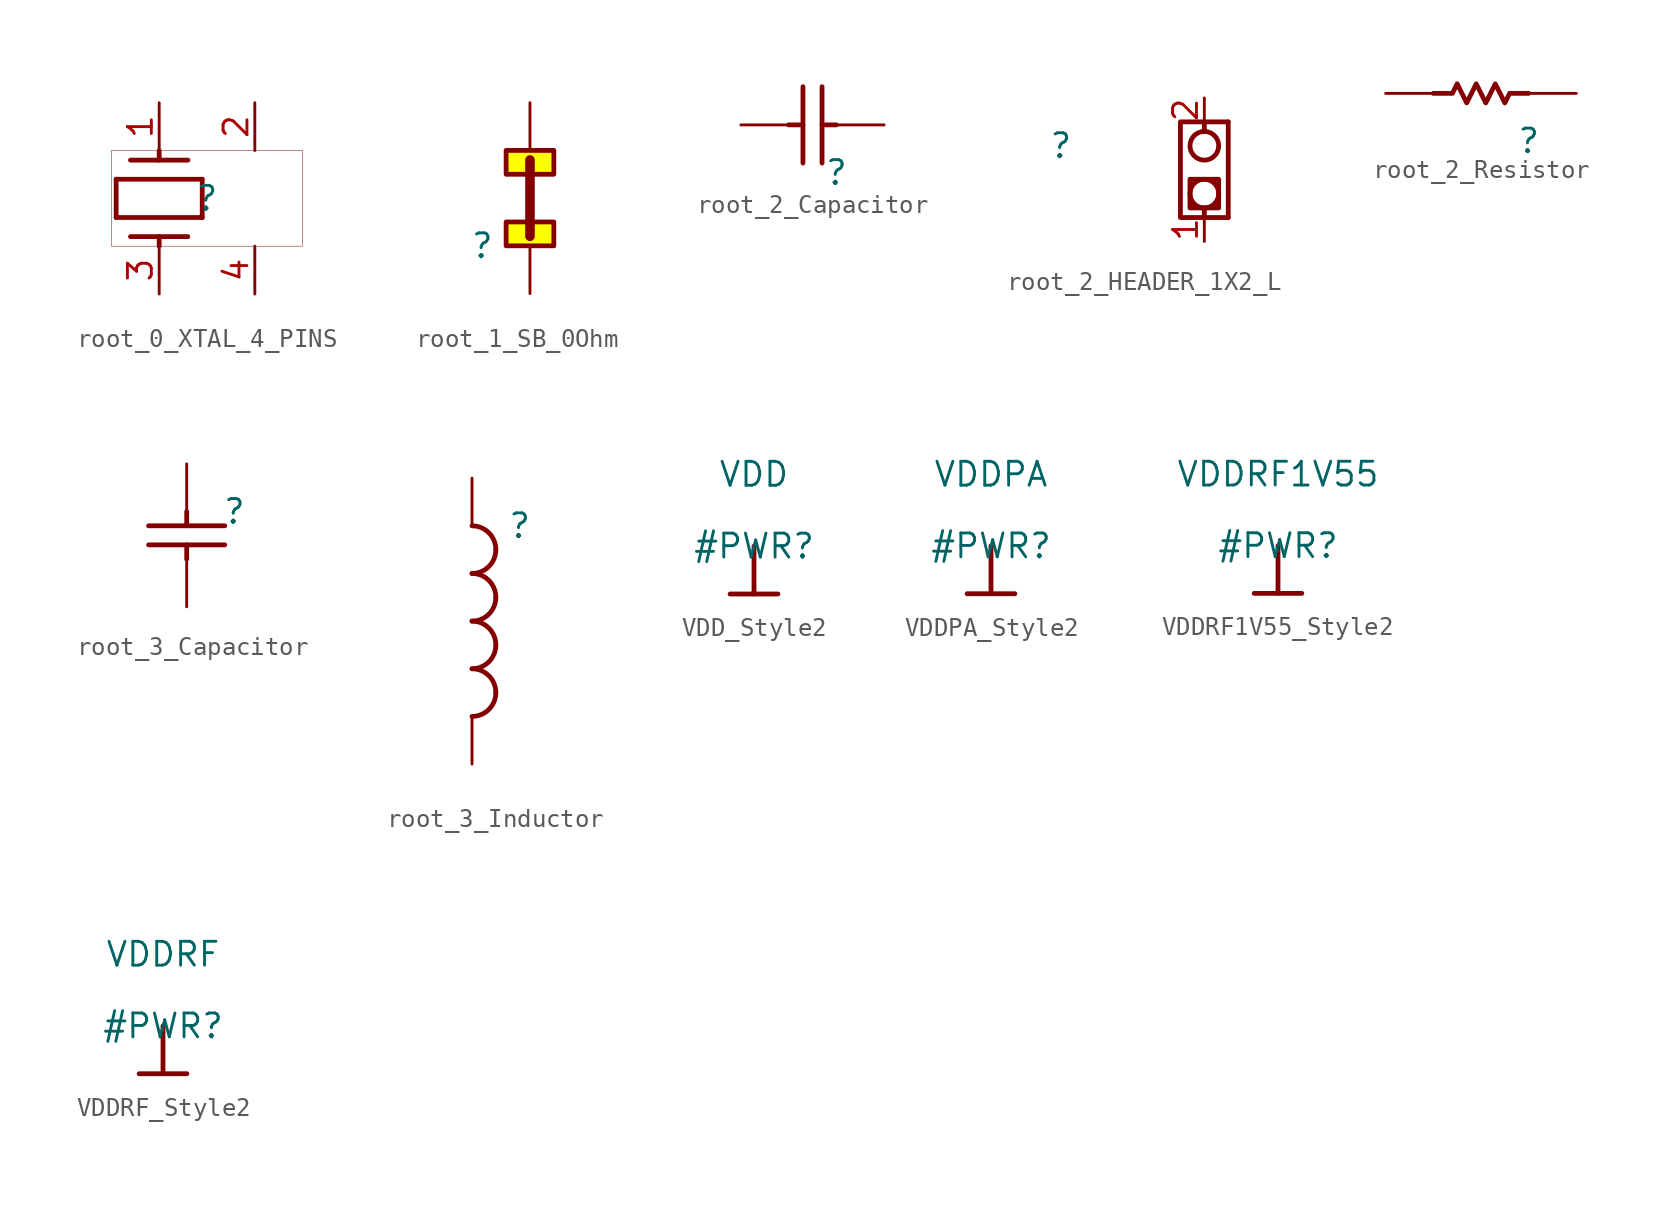
<source format=kicad_sym>
(kicad_symbol_lib
  (version 20231120)
  (generator "kicad_symbol_editor")
  (generator_version "8.0")
  (symbol "root_0_XTAL_4_PINS"
    (property "Reference" ""
      (at 0 0 0)
      (effects (font (size 1.27 1.27))))
    (property "Value" ""
      (at 0 0 0)
      (effects (font (size 1.27 1.27))))
    (symbol "root_0_XTAL_4_PINS_1_0"
      (polyline (pts (xy -4.826 -1.016) (xy -4.826 1.016)) (stroke (width 0.254) (type solid)) (fill (type none)))
      (polyline (pts (xy -4.826 -1.016) (xy -0.254 -1.016)) (stroke (width 0.254) (type solid)) (fill (type none)))
      (polyline (pts (xy -4.826 1.016) (xy -0.254 1.016)) (stroke (width 0.254) (type solid)) (fill (type none)))
      (polyline (pts (xy -4.064 -2.032) (xy -1.016 -2.032)) (stroke (width 0.254) (type solid)) (fill (type none)))
      (polyline (pts (xy -4.064 2.032) (xy -1.016 2.032)) (stroke (width 0.254) (type solid)) (fill (type none)))
      (polyline (pts (xy -2.54 -2.54) (xy -2.54 -2.032)) (stroke (width 0.254) (type solid)) (fill (type none)))
      (polyline (pts (xy -2.54 2.032) (xy -2.54 2.54)) (stroke (width 0.254) (type solid)) (fill (type none)))
      (polyline (pts (xy -0.254 -1.016) (xy -0.254 1.016)) (stroke (width 0.254) (type solid)) (fill (type none)))
      (rectangle (start 5.08 2.54) (end -5.08 -2.54) (stroke (width 0.025) (type solid) (color 128 0 0 1)) (fill (type none)))
      (pin passive line (at -2.54 5.08 270) (length 2.54) (name "1" (effects (font (size 0 0)))) (number "1" (effects (font (size 1.27 1.27)))))
      (pin passive line (at 2.54 5.08 270) (length 2.54) (name "2" (effects (font (size 0 0)))) (number "2" (effects (font (size 1.27 1.27)))))
      (pin passive line (at -2.54 -5.08 90) (length 2.54) (name "3" (effects (font (size 0 0)))) (number "3" (effects (font (size 1.27 1.27)))))
      (pin passive line (at 2.54 -5.08 90) (length 2.54) (name "4" (effects (font (size 0 0)))) (number "4" (effects (font (size 1.27 1.27)))))))
  (symbol "root_1_SB_0Ohm"
    (property "Reference" ""
      (at 0 0 0)
      (effects (font (size 1.27 1.27))))
    (property "Value" ""
      (at 0 0 0)
      (effects (font (size 1.27 1.27))))
    (symbol "root_1_SB_0Ohm_1_0"
      (polyline (pts (xy 2.54 0.508) (xy 2.54 4.572) (xy 2.54 0.508)) (stroke (width 0.508) (type solid)) (fill (type none)))
      (polyline (pts (xy 1.27 0) (xy 3.81 0) (xy 3.81 1.27) (xy 2.54 1.27) (xy 1.27 1.27) (xy 1.27 0)) (stroke (width 0.254) (type solid)) (fill (type color) (color 255 255 0 1)))
      (polyline (pts (xy 1.27 3.81) (xy 3.81 3.81) (xy 3.81 5.08) (xy 2.54 5.08) (xy 1.27 5.08) (xy 1.27 3.81)) (stroke (width 0.254) (type solid)) (fill (type color) (color 255 255 0 1)))
      (pin passive line (at 2.54 7.62 270) (length 2.54) (name "1" (effects (font (size 0 0)))) (number "1" (effects (font (size 0 0)))))
      (pin passive line (at 2.54 -2.54 90) (length 2.54) (name "2" (effects (font (size 0 0)))) (number "2" (effects (font (size 0 0)))))))
  (symbol "root_2_Capacitor"
    (property "Reference" ""
      (at 0 0 0)
      (effects (font (size 1.27 1.27))))
    (property "Value" ""
      (at 0 0 0)
      (effects (font (size 1.27 1.27))))
    (symbol "root_2_Capacitor_1_0"
      (polyline (pts (xy -2.54 2.54) (xy -1.778 2.54)) (stroke (width 0.254) (type solid)) (fill (type none)))
      (polyline (pts (xy -1.778 0.508) (xy -1.778 4.572)) (stroke (width 0.254) (type solid)) (fill (type none)))
      (polyline (pts (xy -0.762 4.572) (xy -0.762 0.508)) (stroke (width 0.254) (type solid)) (fill (type none)))
      (polyline (pts (xy 0 2.54) (xy -0.762 2.54)) (stroke (width 0.254) (type solid)) (fill (type none)))
      (pin passive line (at 2.54 2.54 180) (length 2.54) (name "1" (effects (font (size 0 0)))) (number "1" (effects (font (size 0 0)))))
      (pin passive line (at -5.08 2.54 0) (length 2.54) (name "2" (effects (font (size 0 0)))) (number "2" (effects (font (size 0 0)))))))
  (symbol "root_2_HEADER_1X2_L"
    (property "Reference" ""
      (at 0 0 0)
      (effects (font (size 1.27 1.27))))
    (property "Value" ""
      (at 0 0 0)
      (effects (font (size 1.27 1.27))))
    (symbol "root_2_HEADER_1X2_L_1_0"
      (polyline (pts (xy 7.62 -3.302) (xy 7.62 -3.81)) (stroke (width 0.254) (type solid)) (fill (type none)))
      (polyline (pts (xy 7.62 1.27) (xy 7.62 0.762)) (stroke (width 0.254) (type solid)) (fill (type none)))
      (polyline (pts (xy 8.89 -3.81) (xy 8.89 1.27)) (stroke (width 0.254) (type solid)) (fill (type none)))
      (polyline (pts (xy 8.89 -3.81) (xy 6.35 -3.81) (xy 6.35 1.27) (xy 8.89 1.27)) (stroke (width 0.254) (type solid)) (fill (type none)))
      (polyline (pts (xy 8.382 -2.54) (xy 8.382 -1.778) (xy 6.858 -1.778) (xy 6.858 -3.302) (xy 8.382 -3.302) (xy 8.382 -2.54)) (stroke (width 0.254) (type solid)) (fill (type none)))
      (circle (center 7.62 -2.54) (radius 0.762) (stroke (width 0.254) (type solid)) (fill (type none)))
      (circle (center 7.62 0) (radius 0.762) (stroke (width 0.254) (type solid)) (fill (type none)))
      (pin passive line (at 7.62 -5.08 90) (length 1.27) (name "1" (effects (font (size 0 0)))) (number "1" (effects (font (size 1.27 1.27)))))
      (pin passive line (at 7.62 2.54 270) (length 1.27) (name "2" (effects (font (size 0 0)))) (number "2" (effects (font (size 1.27 1.27)))))))
  (symbol "root_2_Resistor"
    (property "Reference" ""
      (at 0 0 0)
      (effects (font (size 1.27 1.27))))
    (property "Value" ""
      (at 0 0 0)
      (effects (font (size 1.27 1.27))))
    (symbol "root_2_Resistor_1_0"
      (polyline (pts (xy -5.08 2.54) (xy -4.064 2.54) (xy -3.81 3.048) (xy -3.302 2.032) (xy -2.794 3.048) (xy -2.286 2.032) (xy -1.778 3.048) (xy -1.27 2.032) (xy -1.016 2.54) (xy 0 2.54)) (stroke (width 0.254) (type solid)) (fill (type none)))
      (pin passive line (at 2.54 2.54 180) (length 2.54) (name "1" (effects (font (size 0 0)))) (number "1" (effects (font (size 0 0)))))
      (pin passive line (at -7.62 2.54 0) (length 2.54) (name "2" (effects (font (size 0 0)))) (number "2" (effects (font (size 0 0)))))))
  (symbol "root_3_Capacitor"
    (property "Reference" ""
      (at 0 0 0)
      (effects (font (size 1.27 1.27))))
    (property "Value" ""
      (at 0 0 0)
      (effects (font (size 1.27 1.27))))
    (symbol "root_3_Capacitor_1_0"
      (polyline (pts (xy -4.572 -0.762) (xy -0.508 -0.762)) (stroke (width 0.254) (type solid)) (fill (type none)))
      (polyline (pts (xy -2.54 -2.54) (xy -2.54 -1.778)) (stroke (width 0.254) (type solid)) (fill (type none)))
      (polyline (pts (xy -2.54 0) (xy -2.54 -0.762)) (stroke (width 0.254) (type solid)) (fill (type none)))
      (polyline (pts (xy -0.508 -1.778) (xy -4.572 -1.778)) (stroke (width 0.254) (type solid)) (fill (type none)))
      (pin passive line (at -2.54 2.54 270) (length 2.54) (name "1" (effects (font (size 0 0)))) (number "1" (effects (font (size 0 0)))))
      (pin passive line (at -2.54 -5.08 90) (length 2.54) (name "2" (effects (font (size 0 0)))) (number "2" (effects (font (size 0 0)))))))
  (symbol "root_3_Inductor"
    (property "Reference" ""
      (at 0 0 0)
      (effects (font (size 1.27 1.27))))
    (property "Value" ""
      (at 0 0 0)
      (effects (font (size 1.27 1.27))))
    (symbol "root_3_Inductor_1_0"
      (arc (start -2.54 -10.16) (mid -1.642 -9.788) (end -1.27 -8.89) (stroke (width 0.254) (type solid)) (fill (type none)))
      (arc (start -2.54 -7.62) (mid -1.642 -7.248) (end -1.27 -6.35) (stroke (width 0.254) (type solid)) (fill (type none)))
      (arc (start -2.54 -5.08) (mid -1.642 -4.708) (end -1.27 -3.81) (stroke (width 0.254) (type solid)) (fill (type none)))
      (arc (start -2.54 -2.54) (mid -1.642 -2.168) (end -1.27 -1.27) (stroke (width 0.254) (type solid)) (fill (type none)))
      (arc (start -1.27 -8.89) (mid -1.642 -7.992) (end -2.54 -7.62) (stroke (width 0.254) (type solid)) (fill (type none)))
      (arc (start -1.27 -6.35) (mid -1.642 -5.452) (end -2.54 -5.08) (stroke (width 0.254) (type solid)) (fill (type none)))
      (arc (start -1.27 -3.81) (mid -1.642 -2.912) (end -2.54 -2.54) (stroke (width 0.254) (type solid)) (fill (type none)))
      (arc (start -1.27 -1.27) (mid -1.642 -0.372) (end -2.54 0) (stroke (width 0.254) (type solid)) (fill (type none)))
      (pin passive line (at -2.54 2.54 270) (length 2.54) (name "1" (effects (font (size 0 0)))) (number "1" (effects (font (size 0 0)))))
      (pin passive line (at -2.54 -12.7 90) (length 2.54) (name "2" (effects (font (size 0 0)))) (number "2" (effects (font (size 0 0)))))))
  (symbol "VDD_Style2"
    (power)
    (property "Reference" "#PWR"
      (at 0 0 0)
      (effects (font (size 1.27 1.27))))
    (property "Value" "VDD"
      (at 0 3.81 0)
      (effects (font (size 1.27 1.27))))
    (symbol "VDD_Style2_0_0"
      (polyline (pts (xy -1.27 -2.54) (xy 1.27 -2.54)) (stroke (width 0.254) (type solid)) (fill (type none)))
      (polyline (pts (xy 0 0) (xy 0 -2.54)) (stroke (width 0.254) (type solid)) (fill (type none)))
      (pin power_in line (at 0 0 0) (length 0) hide (name "VDD" (effects (font (size 1.27 1.27)))) (number "" (effects (font (size 1.27 1.27)))))))
  (symbol "VDDPA_Style2"
    (power)
    (property "Reference" "#PWR"
      (at 0 0 0)
      (effects (font (size 1.27 1.27))))
    (property "Value" "VDDPA"
      (at 0 3.81 0)
      (effects (font (size 1.27 1.27))))
    (symbol "VDDPA_Style2_0_0"
      (polyline (pts (xy -1.27 -2.54) (xy 1.27 -2.54)) (stroke (width 0.254) (type solid)) (fill (type none)))
      (polyline (pts (xy 0 0) (xy 0 -2.54)) (stroke (width 0.254) (type solid)) (fill (type none)))
      (pin power_in line (at 0 0 0) (length 0) hide (name "VDDPA" (effects (font (size 1.27 1.27)))) (number "" (effects (font (size 1.27 1.27)))))))
  (symbol "VDDRF1V55_Style2"
    (power)
    (property "Reference" "#PWR"
      (at 0 0 0)
      (effects (font (size 1.27 1.27))))
    (property "Value" "VDDRF1V55"
      (at 0 3.81 0)
      (effects (font (size 1.27 1.27))))
    (symbol "VDDRF1V55_Style2_0_0"
      (polyline (pts (xy -1.27 -2.54) (xy 1.27 -2.54)) (stroke (width 0.254) (type solid)) (fill (type none)))
      (polyline (pts (xy 0 0) (xy 0 -2.54)) (stroke (width 0.254) (type solid)) (fill (type none)))
      (pin power_in line (at 0 0 0) (length 0) hide (name "VDDRF1V55" (effects (font (size 1.27 1.27)))) (number "" (effects (font (size 1.27 1.27)))))))
  (symbol "VDDRF_Style2"
    (power)
    (property "Reference" "#PWR"
      (at 0 0 0)
      (effects (font (size 1.27 1.27))))
    (property "Value" "VDDRF"
      (at 0 3.81 0)
      (effects (font (size 1.27 1.27))))
    (symbol "VDDRF_Style2_0_0"
      (polyline (pts (xy -1.27 -2.54) (xy 1.27 -2.54)) (stroke (width 0.254) (type solid)) (fill (type none)))
      (polyline (pts (xy 0 0) (xy 0 -2.54)) (stroke (width 0.254) (type solid)) (fill (type none)))
      (pin power_in line (at 0 0 0) (length 0) hide (name "VDDRF" (effects (font (size 1.27 1.27)))) (number "" (effects (font (size 1.27 1.27))))))))
</source>
